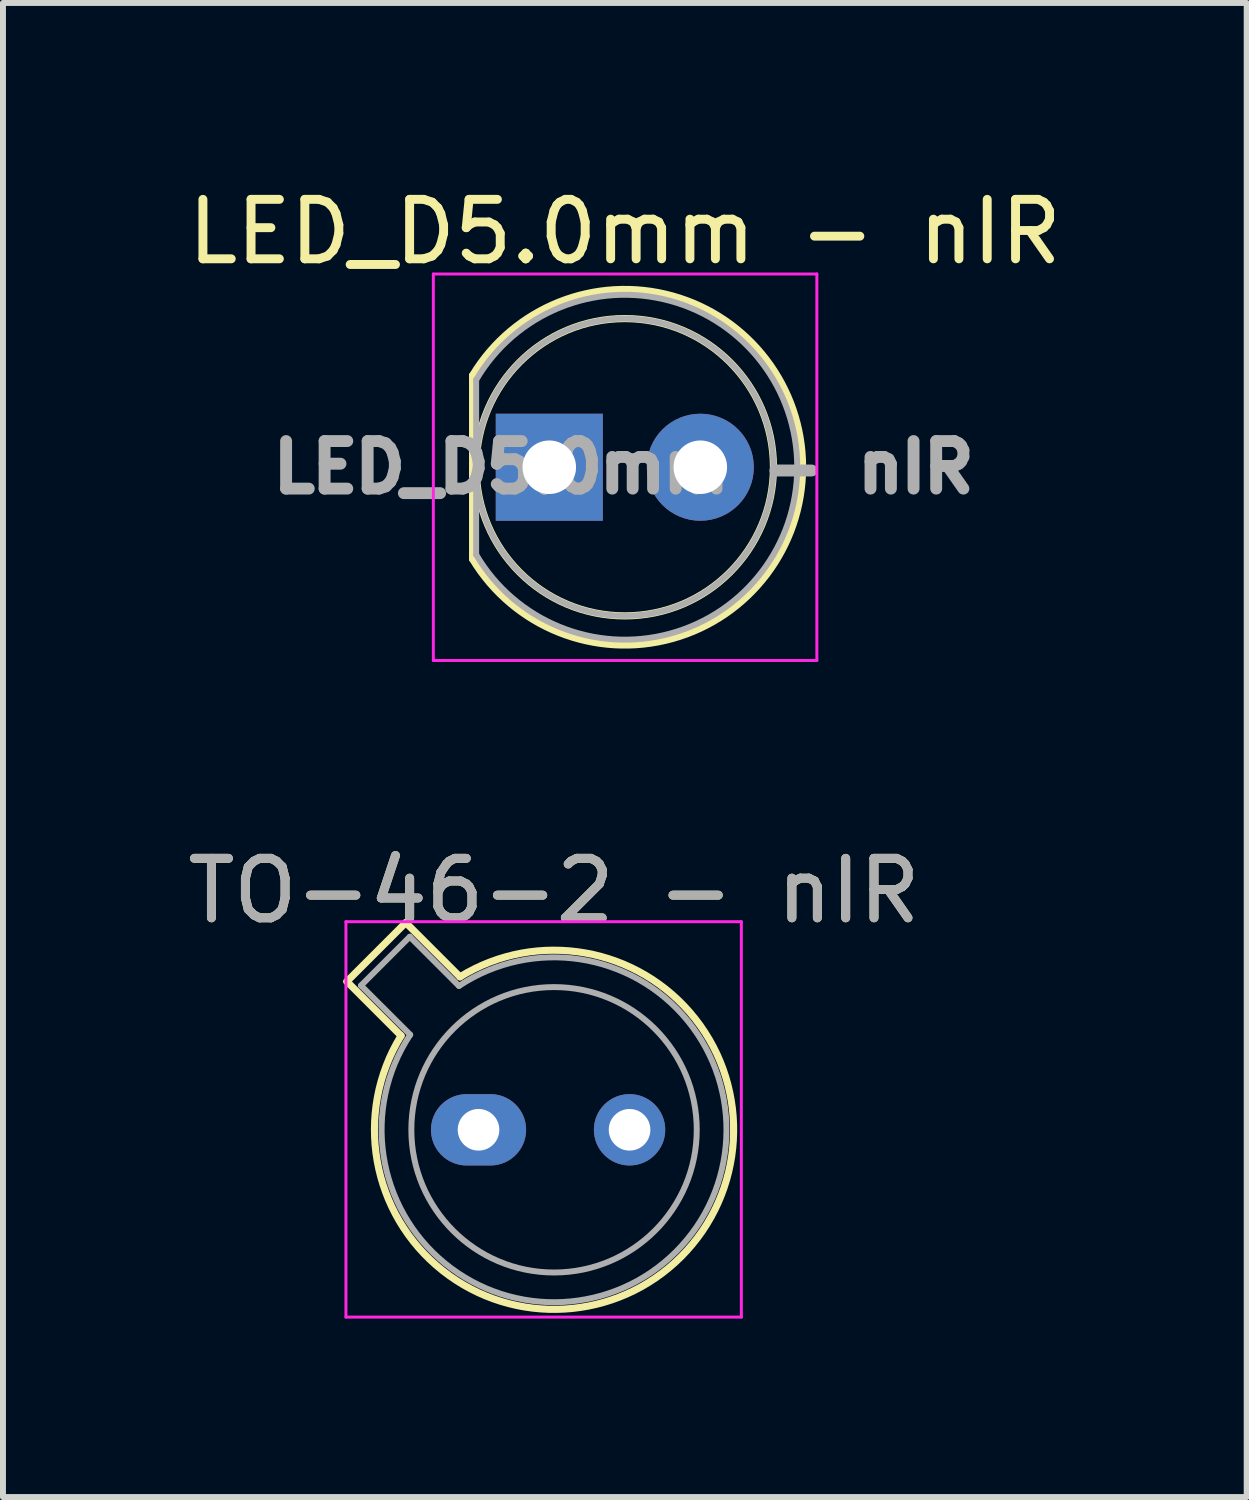
<source format=kicad_pcb>
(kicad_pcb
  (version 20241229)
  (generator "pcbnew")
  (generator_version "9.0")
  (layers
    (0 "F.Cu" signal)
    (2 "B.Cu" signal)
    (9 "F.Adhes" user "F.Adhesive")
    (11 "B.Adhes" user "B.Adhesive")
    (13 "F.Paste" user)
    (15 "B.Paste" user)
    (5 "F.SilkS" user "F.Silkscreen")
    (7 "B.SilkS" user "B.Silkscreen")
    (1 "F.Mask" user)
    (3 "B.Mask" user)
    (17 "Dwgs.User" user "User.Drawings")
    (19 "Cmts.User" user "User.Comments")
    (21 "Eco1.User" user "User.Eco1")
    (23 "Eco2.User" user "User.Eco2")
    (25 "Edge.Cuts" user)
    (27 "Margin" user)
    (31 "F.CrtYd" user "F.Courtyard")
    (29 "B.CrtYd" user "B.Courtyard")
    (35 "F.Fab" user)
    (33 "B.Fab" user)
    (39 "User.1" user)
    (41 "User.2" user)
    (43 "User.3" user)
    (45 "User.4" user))
  (footprint "LED_D5.0mm - nIR"
    (layer "F.Cu")
    (at 6.188 4.808)
    (property "Reference" "LED_D5.0mm - nIR" (at 1.27 -3.96 0) (layer "F.SilkS") (effects (font (size 1 1) (thickness 0.15))))
    (attr through_hole)
    (fp_line (start -1.29 -1.545) (end -1.29 1.545) (stroke (width 0.12) (type solid)) (layer "F.SilkS"))
    (fp_arc (start -1.29 -1.54483) (mid 2.072002 -2.880433) (end 4.26 0.000462) (stroke (width 0.12) (type solid)) (layer "F.SilkS"))
    (fp_arc (start 4.26 -0.000462) (mid 2.072002 2.880433) (end -1.29 1.54483) (stroke (width 0.12) (type solid)) (layer "F.SilkS"))
    (fp_circle (center 1.27 0) (end 3.77 0) (stroke (width 0.12) (type solid)) (fill no) (layer "F.SilkS"))
    (fp_line (start -1.95 -3.25) (end -1.95 3.25) (stroke (width 0.05) (type solid)) (layer "F.CrtYd"))
    (fp_line (start -1.95 3.25) (end 4.5 3.25) (stroke (width 0.05) (type solid)) (layer "F.CrtYd"))
    (fp_line (start 4.5 -3.25) (end -1.95 -3.25) (stroke (width 0.05) (type solid)) (layer "F.CrtYd"))
    (fp_line (start 4.5 3.25) (end 4.5 -3.25) (stroke (width 0.05) (type solid)) (layer "F.CrtYd"))
    (fp_line (start -1.23 -1.47) (end -1.23 1.47) (stroke (width 0.1) (type solid)) (layer "F.Fab"))
    (fp_arc (start -1.23 -1.469694) (mid 4.17 0.000016) (end -1.230016 1.469666) (stroke (width 0.1) (type solid)) (layer "F.Fab"))
    (fp_circle (center 1.27 0) (end 3.77 0) (stroke (width 0.1) (type solid)) (fill no) (layer "F.Fab"))
    (fp_text user "${REFERENCE}" (at 1.25 0 0) (layer "F.Fab") (effects (font (size 0.8 0.8) (thickness 0.2))))
    (pad "1" thru_hole rect (at 0 0) (size 1.8 1.8) (drill 0.9) (layers "*.Cu" "*.Mask"))
    (pad "2" thru_hole circle (at 2.54 0) (size 1.8 1.8) (drill 0.9) (layers "*.Cu" "*.Mask")))
  (footprint "TO-46-2 - nIR"
    (layer "F.Cu")
    (at 4.998 15.951)
    (property "Reference" "TO-46-2 - nIR" (at 1.27 -4.02 0) (layer "F.SilkS") (effects (font (size 1 1) (thickness 0.15))))
    (attr through_hole)
    (fp_line (start -2.214 -2.494) (end -1.302 -1.582) (stroke (width 0.12) (type solid)) (layer "F.SilkS"))
    (fp_line (start -1.224 -3.484) (end -2.214 -2.494) (stroke (width 0.12) (type solid)) (layer "F.SilkS"))
    (fp_line (start -0.312 -2.572) (end -1.224 -3.484) (stroke (width 0.12) (type solid)) (layer "F.SilkS"))
    (fp_arc (start -0.312331 -2.572281) (mid 3.405374 2.135551) (end -1.30215 -1.582544) (stroke (width 0.12) (type solid)) (layer "F.SilkS"))
    (fp_line (start -2.23 -3.5) (end -2.23 3.15) (stroke (width 0.05) (type solid)) (layer "F.CrtYd"))
    (fp_line (start -2.23 3.15) (end 4.42 3.15) (stroke (width 0.05) (type solid)) (layer "F.CrtYd"))
    (fp_line (start 4.42 -3.5) (end -2.23 -3.5) (stroke (width 0.05) (type solid)) (layer "F.CrtYd"))
    (fp_line (start 4.42 3.15) (end 4.42 -3.5) (stroke (width 0.05) (type solid)) (layer "F.CrtYd"))
    (fp_line (start -1.977 -2.426) (end -1.149 -1.599) (stroke (width 0.1) (type solid)) (layer "F.Fab"))
    (fp_line (start -1.156 -3.247) (end -1.977 -2.426) (stroke (width 0.1) (type solid)) (layer "F.Fab"))
    (fp_line (start -0.329 -2.419) (end -1.156 -3.247) (stroke (width 0.1) (type solid)) (layer "F.Fab"))
    (fp_arc (start -0.329057 -2.419301) (mid 3.321076 2.050143) (end -1.150029 -1.597956) (stroke (width 0.1) (type solid)) (layer "F.Fab"))
    (fp_circle (center 1.27 0) (end 3.67 0) (stroke (width 0.1) (type solid)) (fill no) (layer "F.Fab"))
    (fp_text user "${REFERENCE}" (at 1.27 -4.02 0) (layer "F.Fab") (effects (font (size 1 1) (thickness 0.15))))
    (pad "1" thru_hole oval (at 0 0) (size 1.6 1.2) (drill 0.7) (layers "*.Cu" "*.Mask"))
    (pad "2" thru_hole oval (at 2.54 0) (size 1.2 1.2) (drill 0.7) (layers "*.Cu" "*.Mask")))
  (gr_rect
    (start -3 -3)
    (end 17.917 22.127)
    (stroke (width 0.1) (type default))
    (fill no)
    (layer "Edge.Cuts")))
</source>
